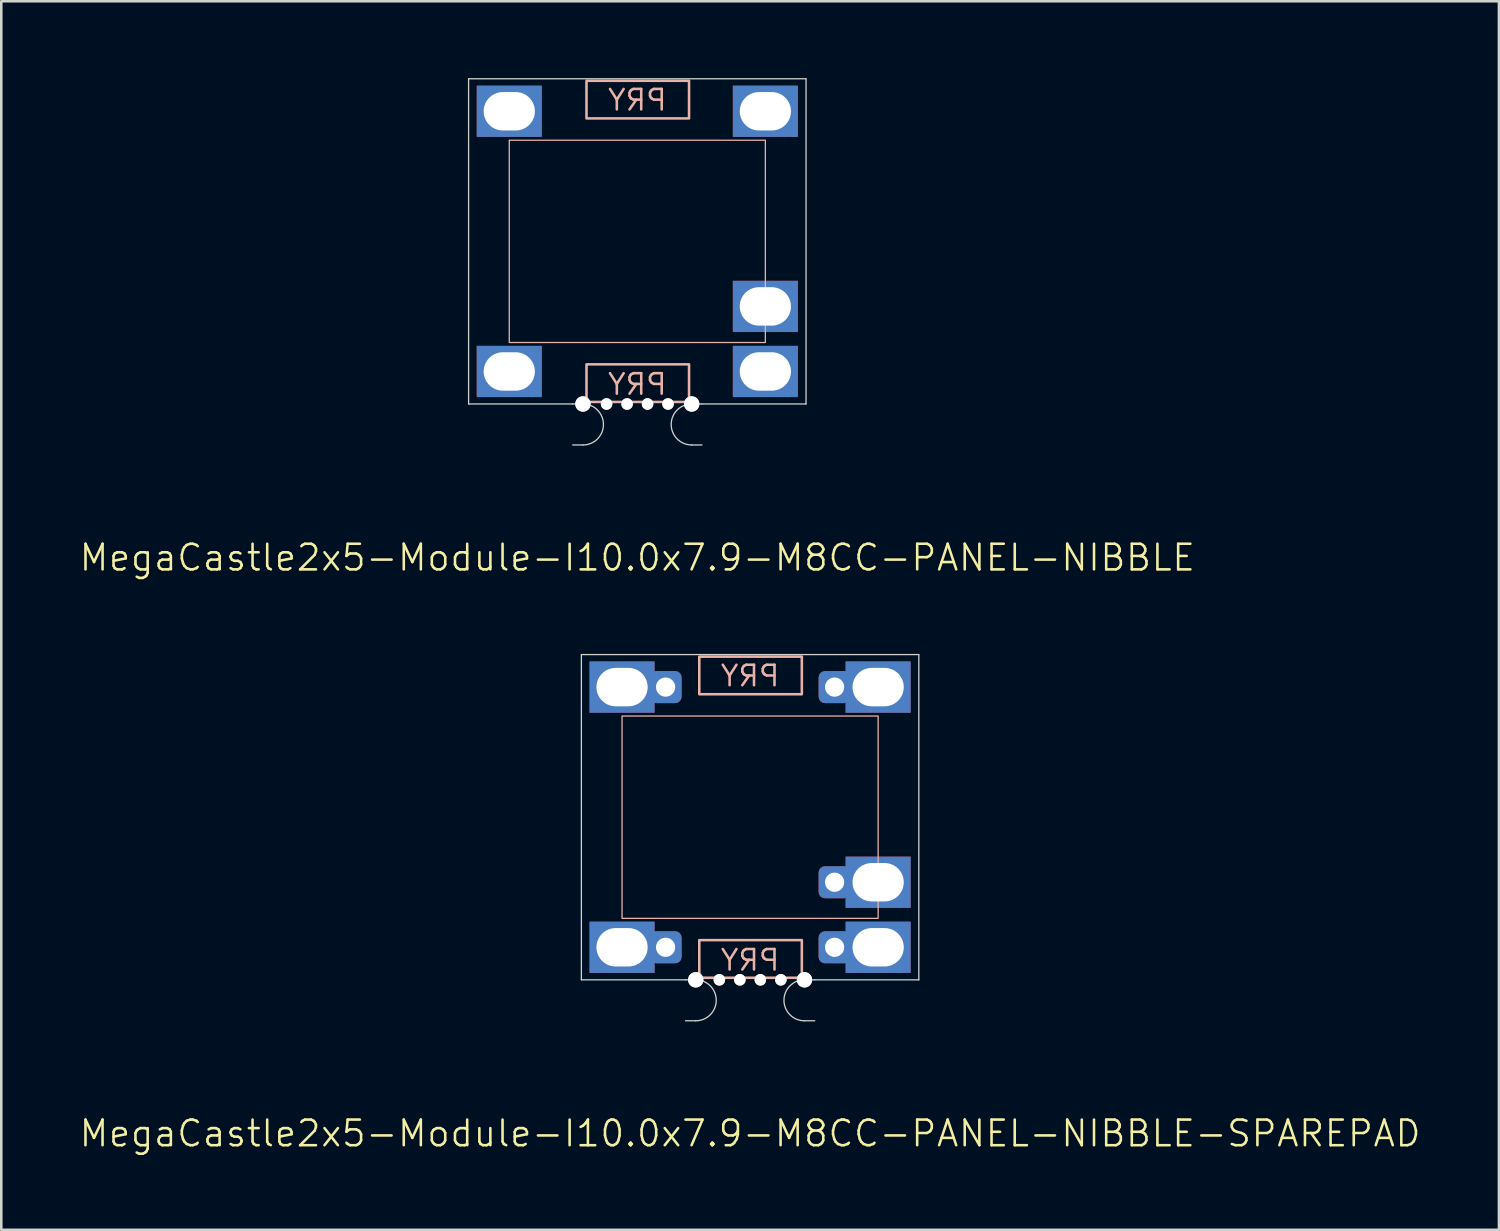
<source format=kicad_pcb>
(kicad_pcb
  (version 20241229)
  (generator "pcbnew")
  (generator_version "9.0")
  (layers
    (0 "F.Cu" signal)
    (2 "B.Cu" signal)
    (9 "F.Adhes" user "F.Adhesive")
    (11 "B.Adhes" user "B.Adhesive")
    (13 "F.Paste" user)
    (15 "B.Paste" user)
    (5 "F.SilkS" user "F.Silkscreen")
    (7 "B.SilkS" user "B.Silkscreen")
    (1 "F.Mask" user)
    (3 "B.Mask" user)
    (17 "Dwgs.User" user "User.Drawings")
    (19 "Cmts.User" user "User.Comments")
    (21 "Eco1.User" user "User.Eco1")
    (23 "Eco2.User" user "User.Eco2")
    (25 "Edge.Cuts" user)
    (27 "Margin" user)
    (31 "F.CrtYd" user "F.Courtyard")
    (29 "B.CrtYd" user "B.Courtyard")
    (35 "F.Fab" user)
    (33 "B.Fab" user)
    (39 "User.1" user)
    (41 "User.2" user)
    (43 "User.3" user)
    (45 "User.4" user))
  (footprint "MegaCastle2x5-Module-I10.0x7.9-M8CC-PANEL-NIBBLE"
    (layer "F.Cu")
    (at 21.836 6.375)
    (property "Reference" "MegaCastle2x5-Module-I10.0x7.9-M8CC-PANEL-NIBBLE" (at 0 12.35 0) (unlocked yes) (layer "F.SilkS") (effects (font (size 1 1) (thickness 0.1))))
    (attr smd)
    (fp_rect (start -5 3.95) (end 5 -3.95) (stroke (width 0.05) (type default)) (fill no) (layer "B.SilkS"))
    (fp_rect (start -1.984 -4.801) (end 2.02 -6.27) (stroke (width 0.1) (type default)) (fill no) (layer "B.SilkS"))
    (fp_rect (start -1.984 4.801) (end 2.02 6.27) (stroke (width 0.1) (type default)) (fill no) (layer "B.SilkS"))
    (fp_line (start -6.588 -6.35) (end -6.588 6.35) (stroke (width 0.05) (type default)) (layer "Edge.Cuts"))
    (fp_line (start -6.588 -6.35) (end 6.588 -6.35) (stroke (width 0.05) (type default)) (layer "Edge.Cuts"))
    (fp_line (start -6.588 6.35) (end -2.522 6.35) (stroke (width 0.05) (type default)) (layer "Edge.Cuts"))
    (fp_line (start -2.522 6.35) (end -2.123 6.35) (stroke (width 0.05) (type default)) (layer "Edge.Cuts"))
    (fp_line (start -2.522 7.95) (end -2.123 7.95) (stroke (width 0.05) (type default)) (layer "Edge.Cuts"))
    (fp_line (start 2.522 6.35) (end 2.123 6.35) (stroke (width 0.05) (type default)) (layer "Edge.Cuts"))
    (fp_line (start 2.522 6.35) (end 6.588 6.35) (stroke (width 0.05) (type default)) (layer "Edge.Cuts"))
    (fp_line (start 2.522 7.95) (end 2.123 7.95) (stroke (width 0.05) (type default)) (layer "Edge.Cuts"))
    (fp_line (start 6.588 -6.35) (end 6.588 6.35) (stroke (width 0.05) (type default)) (layer "Edge.Cuts"))
    (fp_arc (start -2.1225 6.35) (mid -1.3225 7.15) (end -2.1225 7.95) (stroke (width 0.05) (type default)) (layer "Edge.Cuts"))
    (fp_arc (start 2.1225 7.95) (mid 1.3225 7.15) (end 2.1225 6.35) (stroke (width 0.05) (type default)) (layer "Edge.Cuts"))
    (fp_text user "PRY" (at 0 6.05 0) (unlocked yes) (layer "B.SilkS") (effects (font (size 0.8 0.8) (thickness 0.1)) (justify bottom mirror)))
    (fp_text user "PRY" (at 0 -5.05 0) (unlocked yes) (layer "B.SilkS") (effects (font (size 0.8 0.8) (thickness 0.1)) (justify bottom mirror)))
    (pad "" np_thru_hole circle (at -2.123 6.35) (size 0.6 0.6) (drill 0.6) (layers "*.Cu" "Edge.Cuts"))
    (pad "" np_thru_hole circle (at -1.2 6.35) (size 0.45 0.45) (drill 0.45) (layers "*.Cu" "Edge.Cuts"))
    (pad "" np_thru_hole circle (at -0.4 6.35) (size 0.45 0.45) (drill 0.45) (layers "*.Cu" "Edge.Cuts"))
    (pad "" np_thru_hole circle (at 0.4 6.35) (size 0.45 0.45) (drill 0.45) (layers "*.Cu" "Edge.Cuts"))
    (pad "" np_thru_hole circle (at 1.2 6.35) (size 0.45 0.45) (drill 0.45) (layers "*.Cu" "Edge.Cuts"))
    (pad "" np_thru_hole circle (at 2.123 6.35) (size 0.6 0.6) (drill 0.6) (layers "*.Cu" "Edge.Cuts"))
    (pad "1" thru_hole rect (at -5 -5.08) (size 2.54 2) (drill oval 2 1.5) (property pad_prop_castellated) (layers "*.Cu" "*.Mask"))
    (pad "5" thru_hole rect (at -5 5.08) (size 2.54 2) (drill oval 2 1.5) (property pad_prop_castellated) (layers "*.Cu" "*.Mask"))
    (pad "6" thru_hole rect (at 5 -5.08) (size 2.54 2) (drill oval 2 1.5) (property pad_prop_castellated) (layers "*.Cu" "*.Mask"))
    (pad "9" thru_hole rect (at 5 2.54) (size 2.54 2) (drill oval 2 1.5) (property pad_prop_castellated) (layers "*.Cu" "*.Mask"))
    (pad "10" thru_hole rect (at 5 5.08) (size 2.54 2) (drill oval 2 1.5) (property pad_prop_castellated) (layers "*.Cu" "*.Mask"))
    (zone (net_name "") (layer "B.Cu") (hatch edge 0.5) (connect_pads) (min_thickness 0.25) (filled_areas_thickness no) (keepout (tracks allowed) (vias allowed) (pads allowed) (copperpour allowed) (footprints not_allowed)) (placement (enabled no)) (fill) (polygon (pts (xy 16.836 12.725) (xy 16.836 0.025))))
    (zone (net_name "") (layer "B.Cu") (hatch edge 0.5) (connect_pads) (min_thickness 0.25) (filled_areas_thickness no) (keepout (tracks allowed) (vias allowed) (pads allowed) (copperpour allowed) (footprints not_allowed)) (placement (enabled no)) (fill) (polygon (pts (xy 26.836 12.725) (xy 26.836 0.025))))
    (zone (net_name "") (layer "B.Cu") (hatch edge 0.5) (connect_pads) (min_thickness 0.25) (filled_areas_thickness no) (keepout (tracks allowed) (vias allowed) (pads allowed) (copperpour allowed) (footprints not_allowed)) (placement (enabled no)) (fill) (polygon (pts (xy 16.836 0.025) (xy 16.836 2.425) (xy 26.836 2.425) (xy 26.836 0.025))))
    (zone (net_name "") (layer "B.Cu") (hatch edge 0.5) (connect_pads) (min_thickness 0.25) (filled_areas_thickness no) (keepout (tracks allowed) (vias allowed) (pads allowed) (copperpour allowed) (footprints not_allowed)) (placement (enabled no)) (fill) (polygon (pts (xy 16.836 12.725) (xy 16.836 10.325) (xy 26.836 10.325) (xy 26.836 12.725))))
    (zone (net_name "") (layer "B.Cu") (name "Upper Pry Zone") (hatch edge 0.5) (connect_pads) (min_thickness 0.25) (filled_areas_thickness no) (keepout (tracks not_allowed) (vias not_allowed) (pads not_allowed) (copperpour allowed) (footprints not_allowed)) (placement (enabled no)) (fill) (polygon (pts (xy 19.851 1.574) (xy 19.851 0.105) (xy 23.855 0.105) (xy 23.855 1.574))))
    (zone (net_name "") (layer "B.Cu") (name "Upper Pry Zone") (hatch edge 0.5) (connect_pads) (min_thickness 0.25) (filled_areas_thickness no) (keepout (tracks not_allowed) (vias not_allowed) (pads not_allowed) (copperpour allowed) (footprints not_allowed)) (placement (enabled no)) (fill) (polygon (pts (xy 19.851 11.176) (xy 19.851 12.645) (xy 23.855 12.645) (xy 23.855 11.176)))))
  (footprint "MegaCastle2x5-Module-I10.0x7.9-M8CC-PANEL-NIBBLE-SPAREPAD"
    (layer "F.Cu")
    (at 26.24 28.86)
    (property "Reference" "MegaCastle2x5-Module-I10.0x7.9-M8CC-PANEL-NIBBLE-SPAREPAD" (at 0 12.35 0) (unlocked yes) (layer "F.SilkS") (effects (font (size 1 1) (thickness 0.1))))
    (attr smd)
    (fp_rect (start -5 3.95) (end 5 -3.95) (stroke (width 0.05) (type default)) (fill no) (layer "B.SilkS"))
    (fp_rect (start -1.984 -4.801) (end 2.02 -6.27) (stroke (width 0.1) (type default)) (fill no) (layer "B.SilkS"))
    (fp_rect (start -1.984 4.801) (end 2.02 6.27) (stroke (width 0.1) (type default)) (fill no) (layer "B.SilkS"))
    (fp_line (start -6.588 -6.35) (end -6.588 6.35) (stroke (width 0.05) (type default)) (layer "Edge.Cuts"))
    (fp_line (start -6.588 -6.35) (end 6.588 -6.35) (stroke (width 0.05) (type default)) (layer "Edge.Cuts"))
    (fp_line (start -6.588 6.35) (end -2.522 6.35) (stroke (width 0.05) (type default)) (layer "Edge.Cuts"))
    (fp_line (start -2.522 6.35) (end -2.123 6.35) (stroke (width 0.05) (type default)) (layer "Edge.Cuts"))
    (fp_line (start -2.522 7.95) (end -2.123 7.95) (stroke (width 0.05) (type default)) (layer "Edge.Cuts"))
    (fp_line (start 2.522 6.35) (end 2.123 6.35) (stroke (width 0.05) (type default)) (layer "Edge.Cuts"))
    (fp_line (start 2.522 6.35) (end 6.588 6.35) (stroke (width 0.05) (type default)) (layer "Edge.Cuts"))
    (fp_line (start 2.522 7.95) (end 2.123 7.95) (stroke (width 0.05) (type default)) (layer "Edge.Cuts"))
    (fp_line (start 6.588 -6.35) (end 6.588 6.35) (stroke (width 0.05) (type default)) (layer "Edge.Cuts"))
    (fp_arc (start -2.1225 6.35) (mid -1.3225 7.15) (end -2.1225 7.95) (stroke (width 0.05) (type default)) (layer "Edge.Cuts"))
    (fp_arc (start 2.1225 7.95) (mid 1.3225 7.15) (end 2.1225 6.35) (stroke (width 0.05) (type default)) (layer "Edge.Cuts"))
    (fp_text user "PRY" (at 0 -5.05 0) (unlocked yes) (layer "B.SilkS") (effects (font (size 0.8 0.8) (thickness 0.1)) (justify bottom mirror)))
    (fp_text user "PRY" (at 0 6.05 0) (unlocked yes) (layer "B.SilkS") (effects (font (size 0.8 0.8) (thickness 0.1)) (justify bottom mirror)))
    (pad "" np_thru_hole circle (at -2.123 6.35) (size 0.6 0.6) (drill 0.6) (layers "*.Cu" "Edge.Cuts"))
    (pad "" np_thru_hole circle (at -1.2 6.35) (size 0.45 0.45) (drill 0.45) (layers "*.Cu" "Edge.Cuts"))
    (pad "" np_thru_hole circle (at -0.4 6.35) (size 0.45 0.45) (drill 0.45) (layers "*.Cu" "Edge.Cuts"))
    (pad "" np_thru_hole circle (at 0.4 6.35) (size 0.45 0.45) (drill 0.45) (layers "*.Cu" "Edge.Cuts"))
    (pad "" np_thru_hole circle (at 1.2 6.35) (size 0.45 0.45) (drill 0.45) (layers "*.Cu" "Edge.Cuts"))
    (pad "" np_thru_hole circle (at 2.123 6.35) (size 0.6 0.6) (drill 0.6) (layers "*.Cu" "Edge.Cuts"))
    (pad "1" thru_hole rect (at -5 -5.08) (size 2.54 2) (drill oval 2 1.5) (property pad_prop_castellated) (layers "*.Cu" "*.Mask"))
    (pad "1" thru_hole roundrect (at -3.3 -5.08 180) (size 1.25 1.25) (drill 0.75) (layers "*.Cu" "*.Mask") (roundrect_rratio 0.2))
    (pad "5" thru_hole rect (at -5 5.08) (size 2.54 2) (drill oval 2 1.5) (property pad_prop_castellated) (layers "*.Cu" "*.Mask"))
    (pad "5" thru_hole roundrect (at -3.3 5.08 180) (size 1.25 1.25) (drill 0.75) (layers "*.Cu" "*.Mask") (roundrect_rratio 0.2))
    (pad "6" thru_hole roundrect (at 3.3 -5.08 180) (size 1.25 1.25) (drill 0.75) (layers "*.Cu" "*.Mask") (roundrect_rratio 0.2))
    (pad "6" thru_hole rect (at 5 -5.08) (size 2.54 2) (drill oval 2 1.5) (property pad_prop_castellated) (layers "*.Cu" "*.Mask"))
    (pad "9" thru_hole roundrect (at 3.3 2.54 180) (size 1.25 1.25) (drill 0.75) (layers "*.Cu" "*.Mask") (roundrect_rratio 0.2))
    (pad "9" thru_hole rect (at 5 2.54) (size 2.54 2) (drill oval 2 1.5) (property pad_prop_castellated) (layers "*.Cu" "*.Mask"))
    (pad "10" thru_hole roundrect (at 3.3 5.08 180) (size 1.25 1.25) (drill 0.75) (layers "*.Cu" "*.Mask") (roundrect_rratio 0.2))
    (pad "10" thru_hole rect (at 5 5.08) (size 2.54 2) (drill oval 2 1.5) (property pad_prop_castellated) (layers "*.Cu" "*.Mask"))
    (zone (net_name "") (layer "B.Cu") (hatch edge 0.5) (connect_pads) (min_thickness 0.25) (filled_areas_thickness no) (keepout (tracks allowed) (vias allowed) (pads allowed) (copperpour allowed) (footprints not_allowed)) (placement (enabled no)) (fill) (polygon (pts (xy 21.24 35.211) (xy 21.24 22.511))))
    (zone (net_name "") (layer "B.Cu") (hatch edge 0.5) (connect_pads) (min_thickness 0.25) (filled_areas_thickness no) (keepout (tracks allowed) (vias allowed) (pads allowed) (copperpour allowed) (footprints not_allowed)) (placement (enabled no)) (fill) (polygon (pts (xy 31.24 35.211) (xy 31.24 22.511))))
    (zone (net_name "") (layer "B.Cu") (hatch edge 0.5) (connect_pads) (min_thickness 0.25) (filled_areas_thickness no) (keepout (tracks allowed) (vias allowed) (pads allowed) (copperpour allowed) (footprints not_allowed)) (placement (enabled no)) (fill) (polygon (pts (xy 21.24 22.511) (xy 21.24 24.91) (xy 31.24 24.91) (xy 31.24 22.511))))
    (zone (net_name "") (layer "B.Cu") (hatch edge 0.5) (connect_pads) (min_thickness 0.25) (filled_areas_thickness no) (keepout (tracks allowed) (vias allowed) (pads allowed) (copperpour allowed) (footprints not_allowed)) (placement (enabled no)) (fill) (polygon (pts (xy 21.24 35.211) (xy 21.24 32.81) (xy 31.24 32.81) (xy 31.24 35.211))))
    (zone (net_name "") (layer "B.Cu") (name "Upper Pry Zone") (hatch edge 0.5) (connect_pads) (min_thickness 0.25) (filled_areas_thickness no) (keepout (tracks not_allowed) (vias not_allowed) (pads not_allowed) (copperpour allowed) (footprints not_allowed)) (placement (enabled no)) (fill) (polygon (pts (xy 24.256 24.059) (xy 24.256 22.59) (xy 28.26 22.59) (xy 28.26 24.059))))
    (zone (net_name "") (layer "B.Cu") (name "Upper Pry Zone") (hatch edge 0.5) (connect_pads) (min_thickness 0.25) (filled_areas_thickness no) (keepout (tracks not_allowed) (vias not_allowed) (pads not_allowed) (copperpour allowed) (footprints not_allowed)) (placement (enabled no)) (fill) (polygon (pts (xy 24.256 33.662) (xy 24.256 35.13) (xy 28.26 35.13) (xy 28.26 33.662)))))
  (gr_rect
    (start -3 -3)
    (end 55.481 44.971)
    (stroke (width 0.1) (type default))
    (fill no)
    (layer "Edge.Cuts")))
</source>
